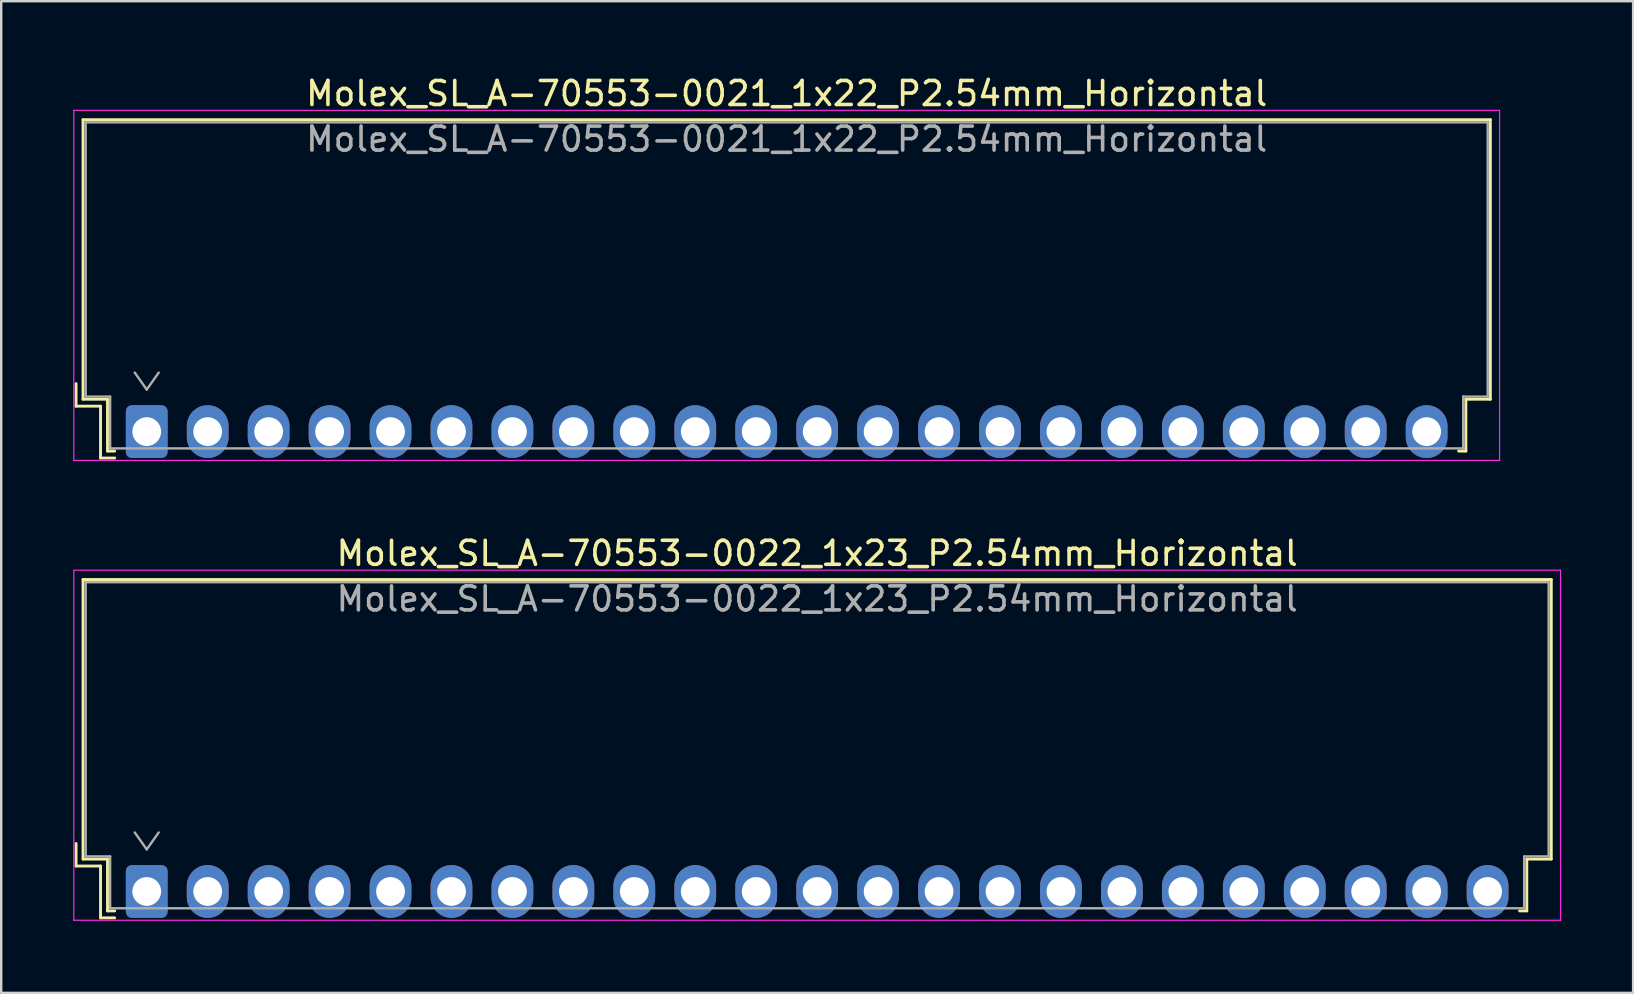
<source format=kicad_pcb>
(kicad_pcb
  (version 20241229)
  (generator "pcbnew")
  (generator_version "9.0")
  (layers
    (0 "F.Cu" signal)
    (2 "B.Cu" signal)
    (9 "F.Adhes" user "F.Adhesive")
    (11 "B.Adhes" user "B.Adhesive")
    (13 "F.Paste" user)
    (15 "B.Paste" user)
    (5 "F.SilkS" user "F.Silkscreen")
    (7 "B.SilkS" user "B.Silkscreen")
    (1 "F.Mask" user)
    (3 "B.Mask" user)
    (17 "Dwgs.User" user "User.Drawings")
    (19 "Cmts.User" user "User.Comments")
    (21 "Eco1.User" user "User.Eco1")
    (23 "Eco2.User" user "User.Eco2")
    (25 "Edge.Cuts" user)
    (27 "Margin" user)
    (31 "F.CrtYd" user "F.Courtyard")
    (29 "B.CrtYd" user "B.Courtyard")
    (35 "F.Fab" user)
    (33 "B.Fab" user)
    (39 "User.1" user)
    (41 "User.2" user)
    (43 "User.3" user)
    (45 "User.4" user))
  (footprint "Molex_SL_A-70553-0022_1x23_P2.54mm_Horizontal"
    (layer "F.Cu")
    (at 3.065 34.102)
    (property "Reference" "Molex_SL_A-70553-0022_1x23_P2.54mm_Horizontal" (at 27.94 -14.09 0) (layer "F.SilkS") (effects (font (size 1 1) (thickness 0.15))))
    (attr through_hole)
    (fp_line (start -2.945 -2) (end -2.945 -1.06) (stroke (width 0.12) (type solid)) (layer "F.SilkS"))
    (fp_line (start -2.945 -1.06) (end -1.925 -1.06) (stroke (width 0.12) (type solid)) (layer "F.SilkS"))
    (fp_line (start -2.655 -13) (end 58.535 -13) (stroke (width 0.12) (type solid)) (layer "F.SilkS"))
    (fp_line (start -2.655 -1.35) (end -2.655 -13) (stroke (width 0.12) (type solid)) (layer "F.SilkS"))
    (fp_line (start -2.655 -1.35) (end -1.635 -1.35) (stroke (width 0.12) (type solid)) (layer "F.SilkS"))
    (fp_line (start -1.925 -1.06) (end -1.925 1.1) (stroke (width 0.12) (type solid)) (layer "F.SilkS"))
    (fp_line (start -1.925 1.1) (end -1.335 1.1) (stroke (width 0.12) (type solid)) (layer "F.SilkS"))
    (fp_line (start -1.635 -1.35) (end -1.635 0.81) (stroke (width 0.12) (type solid)) (layer "F.SilkS"))
    (fp_line (start -1.635 0.81) (end -1.335 0.81) (stroke (width 0.12) (type solid)) (layer "F.SilkS"))
    (fp_line (start 57.515 -1.35) (end 57.515 0.81) (stroke (width 0.12) (type solid)) (layer "F.SilkS"))
    (fp_line (start 57.515 0.81) (end 57.215 0.81) (stroke (width 0.12) (type solid)) (layer "F.SilkS"))
    (fp_line (start 58.535 -13) (end 58.535 -1.35) (stroke (width 0.12) (type solid)) (layer "F.SilkS"))
    (fp_line (start 58.535 -1.35) (end 57.515 -1.35) (stroke (width 0.12) (type solid)) (layer "F.SilkS"))
    (fp_line (start -3.04 -13.39) (end -3.04 1.2) (stroke (width 0.05) (type solid)) (layer "F.CrtYd"))
    (fp_line (start -3.04 1.2) (end -3.04 1.2) (stroke (width 0.05) (type solid)) (layer "F.CrtYd"))
    (fp_line (start -3.04 1.2) (end -3.04 1.2) (stroke (width 0.05) (type solid)) (layer "F.CrtYd"))
    (fp_line (start -3.04 1.2) (end 58.92 1.2) (stroke (width 0.05) (type solid)) (layer "F.CrtYd"))
    (fp_line (start 58.92 -13.39) (end -3.04 -13.39) (stroke (width 0.05) (type solid)) (layer "F.CrtYd"))
    (fp_line (start 58.92 1.2) (end 58.92 -13.39) (stroke (width 0.05) (type solid)) (layer "F.CrtYd"))
    (fp_line (start 58.92 1.2) (end 58.92 1.2) (stroke (width 0.05) (type solid)) (layer "F.CrtYd"))
    (fp_line (start 58.92 1.2) (end 58.92 1.2) (stroke (width 0.05) (type solid)) (layer "F.CrtYd"))
    (fp_line (start -2.545 -12.89) (end -2.545 -1.46) (stroke (width 0.1) (type solid)) (layer "F.Fab"))
    (fp_line (start -2.545 -1.46) (end -1.525 -1.46) (stroke (width 0.1) (type solid)) (layer "F.Fab"))
    (fp_line (start -1.525 -1.46) (end -1.525 0.7) (stroke (width 0.1) (type solid)) (layer "F.Fab"))
    (fp_line (start -1.525 0.7) (end 57.405 0.7) (stroke (width 0.1) (type solid)) (layer "F.Fab"))
    (fp_line (start -0.5 -2.46) (end 0 -1.753) (stroke (width 0.1) (type solid)) (layer "F.Fab"))
    (fp_line (start 0 -1.753) (end 0.5 -2.46) (stroke (width 0.1) (type solid)) (layer "F.Fab"))
    (fp_line (start 57.405 -1.46) (end 58.425 -1.46) (stroke (width 0.1) (type solid)) (layer "F.Fab"))
    (fp_line (start 57.405 0.7) (end 57.405 -1.46) (stroke (width 0.1) (type solid)) (layer "F.Fab"))
    (fp_line (start 58.425 -12.89) (end -2.545 -12.89) (stroke (width 0.1) (type solid)) (layer "F.Fab"))
    (fp_line (start 58.425 -1.46) (end 58.425 -12.89) (stroke (width 0.1) (type solid)) (layer "F.Fab"))
    (fp_text user "${REFERENCE}" (at 27.94 -12.19 0) (layer "F.Fab") (effects (font (size 1 1) (thickness 0.15))))
    (pad "1" thru_hole roundrect (at 0 0) (size 1.74 2.2) (drill 1.2) (layers "*.Cu" "*.Mask") (roundrect_rratio 0.144))
    (pad "2" thru_hole oval (at 2.54 0) (size 1.74 2.2) (drill 1.2) (layers "*.Cu" "*.Mask"))
    (pad "3" thru_hole oval (at 5.08 0) (size 1.74 2.2) (drill 1.2) (layers "*.Cu" "*.Mask"))
    (pad "4" thru_hole oval (at 7.62 0) (size 1.74 2.2) (drill 1.2) (layers "*.Cu" "*.Mask"))
    (pad "5" thru_hole oval (at 10.16 0) (size 1.74 2.2) (drill 1.2) (layers "*.Cu" "*.Mask"))
    (pad "6" thru_hole oval (at 12.7 0) (size 1.74 2.2) (drill 1.2) (layers "*.Cu" "*.Mask"))
    (pad "7" thru_hole oval (at 15.24 0) (size 1.74 2.2) (drill 1.2) (layers "*.Cu" "*.Mask"))
    (pad "8" thru_hole oval (at 17.78 0) (size 1.74 2.2) (drill 1.2) (layers "*.Cu" "*.Mask"))
    (pad "9" thru_hole oval (at 20.32 0) (size 1.74 2.2) (drill 1.2) (layers "*.Cu" "*.Mask"))
    (pad "10" thru_hole oval (at 22.86 0) (size 1.74 2.2) (drill 1.2) (layers "*.Cu" "*.Mask"))
    (pad "11" thru_hole oval (at 25.4 0) (size 1.74 2.2) (drill 1.2) (layers "*.Cu" "*.Mask"))
    (pad "12" thru_hole oval (at 27.94 0) (size 1.74 2.2) (drill 1.2) (layers "*.Cu" "*.Mask"))
    (pad "13" thru_hole oval (at 30.48 0) (size 1.74 2.2) (drill 1.2) (layers "*.Cu" "*.Mask"))
    (pad "14" thru_hole oval (at 33.02 0) (size 1.74 2.2) (drill 1.2) (layers "*.Cu" "*.Mask"))
    (pad "15" thru_hole oval (at 35.56 0) (size 1.74 2.2) (drill 1.2) (layers "*.Cu" "*.Mask"))
    (pad "16" thru_hole oval (at 38.1 0) (size 1.74 2.2) (drill 1.2) (layers "*.Cu" "*.Mask"))
    (pad "17" thru_hole oval (at 40.64 0) (size 1.74 2.2) (drill 1.2) (layers "*.Cu" "*.Mask"))
    (pad "18" thru_hole oval (at 43.18 0) (size 1.74 2.2) (drill 1.2) (layers "*.Cu" "*.Mask"))
    (pad "19" thru_hole oval (at 45.72 0) (size 1.74 2.2) (drill 1.2) (layers "*.Cu" "*.Mask"))
    (pad "20" thru_hole oval (at 48.26 0) (size 1.74 2.2) (drill 1.2) (layers "*.Cu" "*.Mask"))
    (pad "21" thru_hole oval (at 50.8 0) (size 1.74 2.2) (drill 1.2) (layers "*.Cu" "*.Mask"))
    (pad "22" thru_hole oval (at 53.34 0) (size 1.74 2.2) (drill 1.2) (layers "*.Cu" "*.Mask"))
    (pad "23" thru_hole oval (at 55.88 0) (size 1.74 2.2) (drill 1.2) (layers "*.Cu" "*.Mask")))
  (footprint "Molex_SL_A-70553-0021_1x22_P2.54mm_Horizontal"
    (layer "F.Cu")
    (at 3.065 14.938)
    (property "Reference" "Molex_SL_A-70553-0021_1x22_P2.54mm_Horizontal" (at 26.67 -14.09 0) (layer "F.SilkS") (effects (font (size 1 1) (thickness 0.15))))
    (attr through_hole)
    (fp_line (start -2.945 -2) (end -2.945 -1.06) (stroke (width 0.12) (type solid)) (layer "F.SilkS"))
    (fp_line (start -2.945 -1.06) (end -1.925 -1.06) (stroke (width 0.12) (type solid)) (layer "F.SilkS"))
    (fp_line (start -2.655 -13) (end 55.995 -13) (stroke (width 0.12) (type solid)) (layer "F.SilkS"))
    (fp_line (start -2.655 -1.35) (end -2.655 -13) (stroke (width 0.12) (type solid)) (layer "F.SilkS"))
    (fp_line (start -2.655 -1.35) (end -1.635 -1.35) (stroke (width 0.12) (type solid)) (layer "F.SilkS"))
    (fp_line (start -1.925 -1.06) (end -1.925 1.1) (stroke (width 0.12) (type solid)) (layer "F.SilkS"))
    (fp_line (start -1.925 1.1) (end -1.335 1.1) (stroke (width 0.12) (type solid)) (layer "F.SilkS"))
    (fp_line (start -1.635 -1.35) (end -1.635 0.81) (stroke (width 0.12) (type solid)) (layer "F.SilkS"))
    (fp_line (start -1.635 0.81) (end -1.335 0.81) (stroke (width 0.12) (type solid)) (layer "F.SilkS"))
    (fp_line (start 54.975 -1.35) (end 54.975 0.81) (stroke (width 0.12) (type solid)) (layer "F.SilkS"))
    (fp_line (start 54.975 0.81) (end 54.675 0.81) (stroke (width 0.12) (type solid)) (layer "F.SilkS"))
    (fp_line (start 55.995 -13) (end 55.995 -1.35) (stroke (width 0.12) (type solid)) (layer "F.SilkS"))
    (fp_line (start 55.995 -1.35) (end 54.975 -1.35) (stroke (width 0.12) (type solid)) (layer "F.SilkS"))
    (fp_line (start -3.04 -13.39) (end -3.04 1.2) (stroke (width 0.05) (type solid)) (layer "F.CrtYd"))
    (fp_line (start -3.04 1.2) (end -3.04 1.2) (stroke (width 0.05) (type solid)) (layer "F.CrtYd"))
    (fp_line (start -3.04 1.2) (end -3.04 1.2) (stroke (width 0.05) (type solid)) (layer "F.CrtYd"))
    (fp_line (start -3.04 1.2) (end 56.38 1.2) (stroke (width 0.05) (type solid)) (layer "F.CrtYd"))
    (fp_line (start 56.38 -13.39) (end -3.04 -13.39) (stroke (width 0.05) (type solid)) (layer "F.CrtYd"))
    (fp_line (start 56.38 1.2) (end 56.38 -13.39) (stroke (width 0.05) (type solid)) (layer "F.CrtYd"))
    (fp_line (start 56.38 1.2) (end 56.38 1.2) (stroke (width 0.05) (type solid)) (layer "F.CrtYd"))
    (fp_line (start 56.38 1.2) (end 56.38 1.2) (stroke (width 0.05) (type solid)) (layer "F.CrtYd"))
    (fp_line (start -2.545 -12.89) (end -2.545 -1.46) (stroke (width 0.1) (type solid)) (layer "F.Fab"))
    (fp_line (start -2.545 -1.46) (end -1.525 -1.46) (stroke (width 0.1) (type solid)) (layer "F.Fab"))
    (fp_line (start -1.525 -1.46) (end -1.525 0.7) (stroke (width 0.1) (type solid)) (layer "F.Fab"))
    (fp_line (start -1.525 0.7) (end 54.865 0.7) (stroke (width 0.1) (type solid)) (layer "F.Fab"))
    (fp_line (start -0.5 -2.46) (end 0 -1.753) (stroke (width 0.1) (type solid)) (layer "F.Fab"))
    (fp_line (start 0 -1.753) (end 0.5 -2.46) (stroke (width 0.1) (type solid)) (layer "F.Fab"))
    (fp_line (start 54.865 -1.46) (end 55.885 -1.46) (stroke (width 0.1) (type solid)) (layer "F.Fab"))
    (fp_line (start 54.865 0.7) (end 54.865 -1.46) (stroke (width 0.1) (type solid)) (layer "F.Fab"))
    (fp_line (start 55.885 -12.89) (end -2.545 -12.89) (stroke (width 0.1) (type solid)) (layer "F.Fab"))
    (fp_line (start 55.885 -1.46) (end 55.885 -12.89) (stroke (width 0.1) (type solid)) (layer "F.Fab"))
    (fp_text user "${REFERENCE}" (at 26.67 -12.19 0) (layer "F.Fab") (effects (font (size 1 1) (thickness 0.15))))
    (pad "1" thru_hole roundrect (at 0 0) (size 1.74 2.2) (drill 1.2) (layers "*.Cu" "*.Mask") (roundrect_rratio 0.144))
    (pad "2" thru_hole oval (at 2.54 0) (size 1.74 2.2) (drill 1.2) (layers "*.Cu" "*.Mask"))
    (pad "3" thru_hole oval (at 5.08 0) (size 1.74 2.2) (drill 1.2) (layers "*.Cu" "*.Mask"))
    (pad "4" thru_hole oval (at 7.62 0) (size 1.74 2.2) (drill 1.2) (layers "*.Cu" "*.Mask"))
    (pad "5" thru_hole oval (at 10.16 0) (size 1.74 2.2) (drill 1.2) (layers "*.Cu" "*.Mask"))
    (pad "6" thru_hole oval (at 12.7 0) (size 1.74 2.2) (drill 1.2) (layers "*.Cu" "*.Mask"))
    (pad "7" thru_hole oval (at 15.24 0) (size 1.74 2.2) (drill 1.2) (layers "*.Cu" "*.Mask"))
    (pad "8" thru_hole oval (at 17.78 0) (size 1.74 2.2) (drill 1.2) (layers "*.Cu" "*.Mask"))
    (pad "9" thru_hole oval (at 20.32 0) (size 1.74 2.2) (drill 1.2) (layers "*.Cu" "*.Mask"))
    (pad "10" thru_hole oval (at 22.86 0) (size 1.74 2.2) (drill 1.2) (layers "*.Cu" "*.Mask"))
    (pad "11" thru_hole oval (at 25.4 0) (size 1.74 2.2) (drill 1.2) (layers "*.Cu" "*.Mask"))
    (pad "12" thru_hole oval (at 27.94 0) (size 1.74 2.2) (drill 1.2) (layers "*.Cu" "*.Mask"))
    (pad "13" thru_hole oval (at 30.48 0) (size 1.74 2.2) (drill 1.2) (layers "*.Cu" "*.Mask"))
    (pad "14" thru_hole oval (at 33.02 0) (size 1.74 2.2) (drill 1.2) (layers "*.Cu" "*.Mask"))
    (pad "15" thru_hole oval (at 35.56 0) (size 1.74 2.2) (drill 1.2) (layers "*.Cu" "*.Mask"))
    (pad "16" thru_hole oval (at 38.1 0) (size 1.74 2.2) (drill 1.2) (layers "*.Cu" "*.Mask"))
    (pad "17" thru_hole oval (at 40.64 0) (size 1.74 2.2) (drill 1.2) (layers "*.Cu" "*.Mask"))
    (pad "18" thru_hole oval (at 43.18 0) (size 1.74 2.2) (drill 1.2) (layers "*.Cu" "*.Mask"))
    (pad "19" thru_hole oval (at 45.72 0) (size 1.74 2.2) (drill 1.2) (layers "*.Cu" "*.Mask"))
    (pad "20" thru_hole oval (at 48.26 0) (size 1.74 2.2) (drill 1.2) (layers "*.Cu" "*.Mask"))
    (pad "21" thru_hole oval (at 50.8 0) (size 1.74 2.2) (drill 1.2) (layers "*.Cu" "*.Mask"))
    (pad "22" thru_hole oval (at 53.34 0) (size 1.74 2.2) (drill 1.2) (layers "*.Cu" "*.Mask")))
  (gr_rect
    (start -3 -3)
    (end 65.01 38.327)
    (stroke (width 0.1) (type default))
    (fill no)
    (layer "Edge.Cuts")))
</source>
